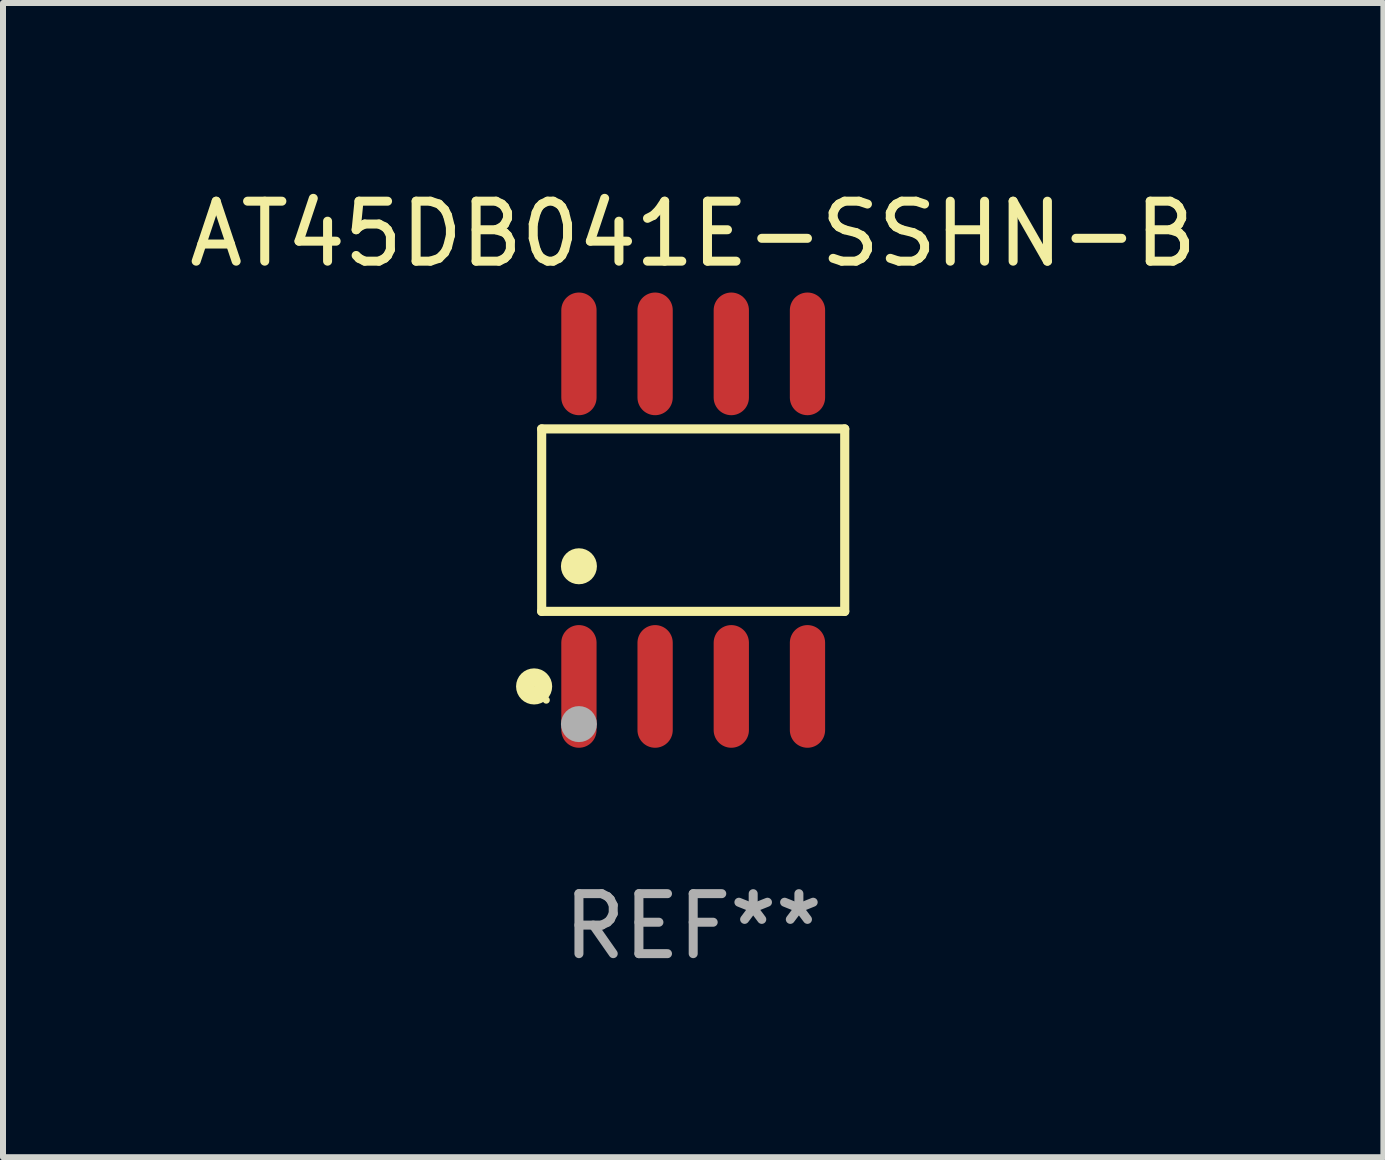
<source format=kicad_pcb>
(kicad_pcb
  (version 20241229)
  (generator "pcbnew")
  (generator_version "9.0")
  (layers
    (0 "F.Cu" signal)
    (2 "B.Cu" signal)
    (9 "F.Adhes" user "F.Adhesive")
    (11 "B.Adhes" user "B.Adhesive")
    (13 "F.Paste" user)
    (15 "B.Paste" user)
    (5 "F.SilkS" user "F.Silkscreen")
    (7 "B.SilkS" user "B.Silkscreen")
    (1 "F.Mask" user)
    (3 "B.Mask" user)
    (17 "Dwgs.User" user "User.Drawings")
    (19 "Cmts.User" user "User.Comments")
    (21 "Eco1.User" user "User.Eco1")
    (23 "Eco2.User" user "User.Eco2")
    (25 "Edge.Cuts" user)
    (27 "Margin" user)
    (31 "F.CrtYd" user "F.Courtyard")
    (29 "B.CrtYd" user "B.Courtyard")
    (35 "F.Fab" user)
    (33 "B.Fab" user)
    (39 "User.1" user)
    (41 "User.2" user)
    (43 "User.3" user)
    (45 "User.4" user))
  (footprint "AT45DB041E-SSHN-B"
    (layer "F.Cu")
    (at 8.506 5.621)
    (property "Reference" "AT45DB041E-SSHN-B" (at 0 -4.772 0) (layer "F.SilkS") (effects (font (size 1 1) (thickness 0.15))))
    (attr through_hole)
    (fp_line (start -2.526 -1.521) (end 2.526 -1.521) (stroke (width 0.152) (type solid)) (layer "F.SilkS"))
    (fp_line (start -2.526 1.521) (end -2.526 -1.521) (stroke (width 0.152) (type solid)) (layer "F.SilkS"))
    (fp_line (start 2.526 -1.521) (end 2.526 1.521) (stroke (width 0.152) (type solid)) (layer "F.SilkS"))
    (fp_line (start 2.526 1.521) (end -2.526 1.521) (stroke (width 0.152) (type solid)) (layer "F.SilkS"))
    (fp_circle (center -2.652 2.772) (end -2.501 2.772) (stroke (width 0.3) (type solid)) (fill no) (layer "F.SilkS"))
    (fp_circle (center -2.45 3) (end -2.42 3) (stroke (width 0.06) (type solid)) (fill no) (layer "F.SilkS"))
    (fp_circle (center -1.905 0.769) (end -1.755 0.769) (stroke (width 0.3) (type solid)) (fill no) (layer "F.SilkS"))
    (fp_circle (center -1.905 3.4) (end -1.755 3.4) (stroke (width 0.3) (type solid)) (fill no) (layer "F.Fab"))
    (fp_text user "REF**" (at 0 6.772 0) (layer "F.Fab") (effects (font (size 1 1) (thickness 0.15))))
    (pad "1" smd oval (at -1.905 2.772) (size 0.588 2.045) (layers "F.Cu" "F.Mask" "F.Paste"))
    (pad "2" smd oval (at -0.635 2.772) (size 0.588 2.045) (layers "F.Cu" "F.Mask" "F.Paste"))
    (pad "3" smd oval (at 0.635 2.772) (size 0.588 2.045) (layers "F.Cu" "F.Mask" "F.Paste"))
    (pad "4" smd oval (at 1.905 2.772) (size 0.588 2.045) (layers "F.Cu" "F.Mask" "F.Paste"))
    (pad "5" smd oval (at 1.905 -2.772) (size 0.588 2.045) (layers "F.Cu" "F.Mask" "F.Paste"))
    (pad "6" smd oval (at 0.635 -2.772) (size 0.588 2.045) (layers "F.Cu" "F.Mask" "F.Paste"))
    (pad "7" smd oval (at -0.635 -2.772) (size 0.588 2.045) (layers "F.Cu" "F.Mask" "F.Paste"))
    (pad "8" smd oval (at -1.905 -2.772) (size 0.588 2.045) (layers "F.Cu" "F.Mask" "F.Paste")))
  (gr_rect
    (start -3 -3)
    (end 20.012 16.241)
    (stroke (width 0.1) (type default))
    (fill no)
    (layer "Edge.Cuts")))
</source>
